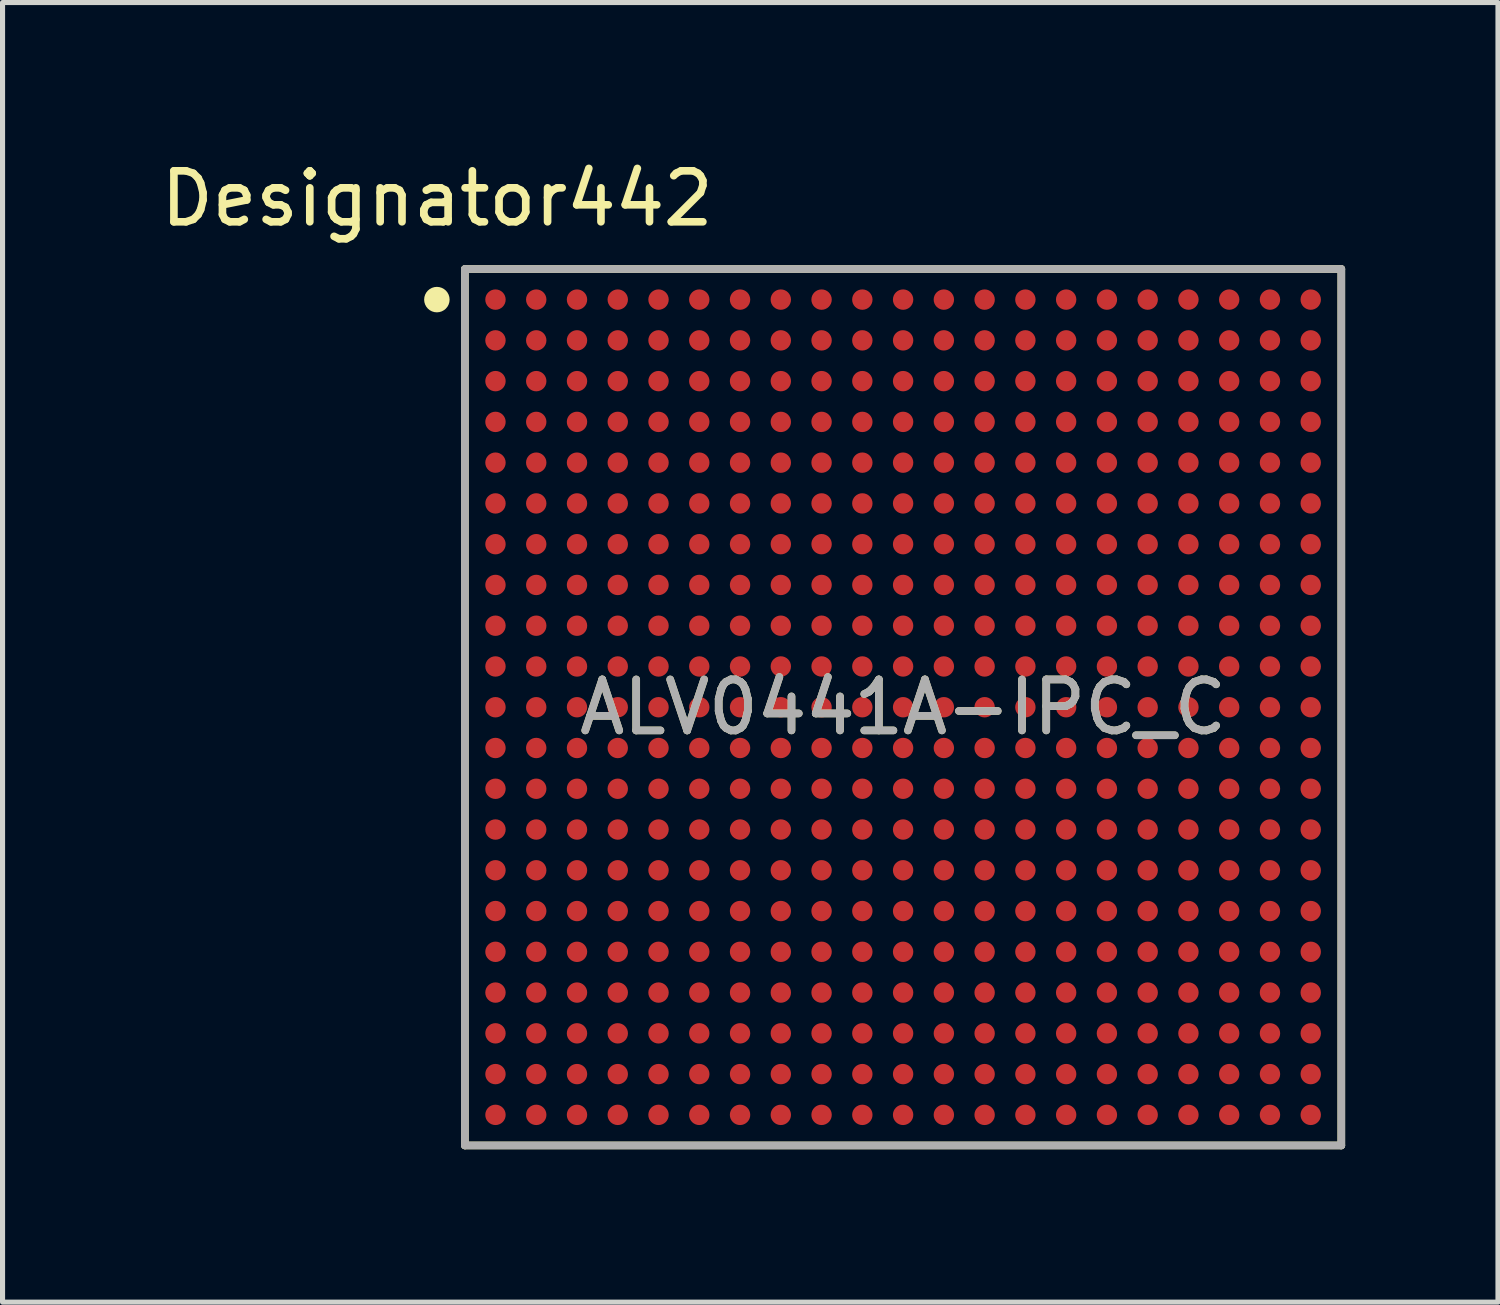
<source format=kicad_pcb>
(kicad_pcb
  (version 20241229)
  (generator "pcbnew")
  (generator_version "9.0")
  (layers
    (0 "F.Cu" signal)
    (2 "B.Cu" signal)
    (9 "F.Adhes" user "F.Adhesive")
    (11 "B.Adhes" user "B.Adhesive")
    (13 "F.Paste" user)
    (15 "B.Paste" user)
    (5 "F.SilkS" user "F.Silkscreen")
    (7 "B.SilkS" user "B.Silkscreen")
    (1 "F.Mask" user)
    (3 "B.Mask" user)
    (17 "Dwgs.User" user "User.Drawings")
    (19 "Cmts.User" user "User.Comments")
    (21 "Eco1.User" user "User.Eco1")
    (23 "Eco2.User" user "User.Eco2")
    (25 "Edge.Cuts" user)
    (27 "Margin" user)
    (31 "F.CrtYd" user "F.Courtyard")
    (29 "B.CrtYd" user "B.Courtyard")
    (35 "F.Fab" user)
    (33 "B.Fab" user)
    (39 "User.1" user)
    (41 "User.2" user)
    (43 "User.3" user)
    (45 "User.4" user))
  (footprint "ALV0441A-IPC_C"
    (layer "F.Cu")
    (at 14.674 10.83)
    (property "Reference" "ALV0441A-IPC_C" (at 0 0 0) (unlocked yes) (layer "F.SilkS") (effects (font (size 1 1) (thickness 0.15))))
    (attr smd)
    (fp_line (start -8.6 -8.6) (end 8.6 -8.6) (stroke (width 0.15) (type solid)) (layer "F.SilkS"))
    (fp_line (start -8.6 8.6) (end -8.6 -8.6) (stroke (width 0.15) (type solid)) (layer "F.SilkS"))
    (fp_line (start -8.6 8.6) (end 8.6 8.6) (stroke (width 0.15) (type solid)) (layer "F.SilkS"))
    (fp_line (start 8.6 8.6) (end 8.6 -8.6) (stroke (width 0.15) (type solid)) (layer "F.SilkS"))
    (fp_circle (center -9.15 -8) (end -9.025 -8) (stroke (width 0.25) (type solid)) (fill no) (layer "F.SilkS"))
    (fp_line (start -8.6 -8.6) (end 8.6 -8.6) (stroke (width 0.15) (type solid)) (layer "F.Fab"))
    (fp_line (start -8.6 8.6) (end -8.6 -8.6) (stroke (width 0.15) (type solid)) (layer "F.Fab"))
    (fp_line (start -8.6 8.6) (end 8.6 8.6) (stroke (width 0.15) (type solid)) (layer "F.Fab"))
    (fp_line (start 8.6 8.6) (end 8.6 -8.6) (stroke (width 0.15) (type solid)) (layer "F.Fab"))
    (fp_text user "Designator442" (at -9.144 -9.982 0) (unlocked yes) (layer "F.SilkS") (effects (font (size 1 1) (thickness 0.15))))
    (fp_text user "${REFERENCE}" (at 0 0 0) (unlocked yes) (layer "F.Fab") (effects (font (size 1 1) (thickness 0.15))))
    (pad "A1" smd circle (at -8 -8) (size 0.4 0.4) (layers "F.Cu" "F.Mask" "F.Paste"))
    (pad "A2" smd circle (at -7.2 -8) (size 0.4 0.4) (layers "F.Cu" "F.Mask" "F.Paste"))
    (pad "A3" smd circle (at -6.4 -8) (size 0.4 0.4) (layers "F.Cu" "F.Mask" "F.Paste"))
    (pad "A4" smd circle (at -5.6 -8) (size 0.4 0.4) (layers "F.Cu" "F.Mask" "F.Paste"))
    (pad "A5" smd circle (at -4.8 -8) (size 0.4 0.4) (layers "F.Cu" "F.Mask" "F.Paste"))
    (pad "A6" smd circle (at -4 -8) (size 0.4 0.4) (layers "F.Cu" "F.Mask" "F.Paste"))
    (pad "A7" smd circle (at -3.2 -8) (size 0.4 0.4) (layers "F.Cu" "F.Mask" "F.Paste"))
    (pad "A8" smd circle (at -2.4 -8) (size 0.4 0.4) (layers "F.Cu" "F.Mask" "F.Paste"))
    (pad "A9" smd circle (at -1.6 -8) (size 0.4 0.4) (layers "F.Cu" "F.Mask" "F.Paste"))
    (pad "A10" smd circle (at -0.8 -8) (size 0.4 0.4) (layers "F.Cu" "F.Mask" "F.Paste"))
    (pad "A11" smd circle (at 0 -8) (size 0.4 0.4) (layers "F.Cu" "F.Mask" "F.Paste"))
    (pad "A12" smd circle (at 0.8 -8) (size 0.4 0.4) (layers "F.Cu" "F.Mask" "F.Paste"))
    (pad "A13" smd circle (at 1.6 -8) (size 0.4 0.4) (layers "F.Cu" "F.Mask" "F.Paste"))
    (pad "A14" smd circle (at 2.4 -8) (size 0.4 0.4) (layers "F.Cu" "F.Mask" "F.Paste"))
    (pad "A15" smd circle (at 3.2 -8) (size 0.4 0.4) (layers "F.Cu" "F.Mask" "F.Paste"))
    (pad "A16" smd circle (at 4 -8) (size 0.4 0.4) (layers "F.Cu" "F.Mask" "F.Paste"))
    (pad "A17" smd circle (at 4.8 -8) (size 0.4 0.4) (layers "F.Cu" "F.Mask" "F.Paste"))
    (pad "A18" smd circle (at 5.6 -8) (size 0.4 0.4) (layers "F.Cu" "F.Mask" "F.Paste"))
    (pad "A19" smd circle (at 6.4 -8) (size 0.4 0.4) (layers "F.Cu" "F.Mask" "F.Paste"))
    (pad "A20" smd circle (at 7.2 -8) (size 0.4 0.4) (layers "F.Cu" "F.Mask" "F.Paste"))
    (pad "A21" smd circle (at 8 -8) (size 0.4 0.4) (layers "F.Cu" "F.Mask" "F.Paste"))
    (pad "AA1" smd circle (at -8 8) (size 0.4 0.4) (layers "F.Cu" "F.Mask" "F.Paste"))
    (pad "AA2" smd circle (at -7.2 8) (size 0.4 0.4) (layers "F.Cu" "F.Mask" "F.Paste"))
    (pad "AA3" smd circle (at -6.4 8) (size 0.4 0.4) (layers "F.Cu" "F.Mask" "F.Paste"))
    (pad "AA4" smd circle (at -5.6 8) (size 0.4 0.4) (layers "F.Cu" "F.Mask" "F.Paste"))
    (pad "AA5" smd circle (at -4.8 8) (size 0.4 0.4) (layers "F.Cu" "F.Mask" "F.Paste"))
    (pad "AA6" smd circle (at -4 8) (size 0.4 0.4) (layers "F.Cu" "F.Mask" "F.Paste"))
    (pad "AA7" smd circle (at -3.2 8) (size 0.4 0.4) (layers "F.Cu" "F.Mask" "F.Paste"))
    (pad "AA8" smd circle (at -2.4 8) (size 0.4 0.4) (layers "F.Cu" "F.Mask" "F.Paste"))
    (pad "AA9" smd circle (at -1.6 8) (size 0.4 0.4) (layers "F.Cu" "F.Mask" "F.Paste"))
    (pad "AA10" smd circle (at -0.8 8) (size 0.4 0.4) (layers "F.Cu" "F.Mask" "F.Paste"))
    (pad "AA11" smd circle (at 0 8) (size 0.4 0.4) (layers "F.Cu" "F.Mask" "F.Paste"))
    (pad "AA12" smd circle (at 0.8 8) (size 0.4 0.4) (layers "F.Cu" "F.Mask" "F.Paste"))
    (pad "AA13" smd circle (at 1.6 8) (size 0.4 0.4) (layers "F.Cu" "F.Mask" "F.Paste"))
    (pad "AA14" smd circle (at 2.4 8) (size 0.4 0.4) (layers "F.Cu" "F.Mask" "F.Paste"))
    (pad "AA15" smd circle (at 3.2 8) (size 0.4 0.4) (layers "F.Cu" "F.Mask" "F.Paste"))
    (pad "AA16" smd circle (at 4 8) (size 0.4 0.4) (layers "F.Cu" "F.Mask" "F.Paste"))
    (pad "AA17" smd circle (at 4.8 8) (size 0.4 0.4) (layers "F.Cu" "F.Mask" "F.Paste"))
    (pad "AA18" smd circle (at 5.6 8) (size 0.4 0.4) (layers "F.Cu" "F.Mask" "F.Paste"))
    (pad "AA19" smd circle (at 6.4 8) (size 0.4 0.4) (layers "F.Cu" "F.Mask" "F.Paste"))
    (pad "AA20" smd circle (at 7.2 8) (size 0.4 0.4) (layers "F.Cu" "F.Mask" "F.Paste"))
    (pad "AA21" smd circle (at 8 8) (size 0.4 0.4) (layers "F.Cu" "F.Mask" "F.Paste"))
    (pad "B1" smd circle (at -8 -7.2) (size 0.4 0.4) (layers "F.Cu" "F.Mask" "F.Paste"))
    (pad "B2" smd circle (at -7.2 -7.2) (size 0.4 0.4) (layers "F.Cu" "F.Mask" "F.Paste"))
    (pad "B3" smd circle (at -6.4 -7.2) (size 0.4 0.4) (layers "F.Cu" "F.Mask" "F.Paste"))
    (pad "B4" smd circle (at -5.6 -7.2) (size 0.4 0.4) (layers "F.Cu" "F.Mask" "F.Paste"))
    (pad "B5" smd circle (at -4.8 -7.2) (size 0.4 0.4) (layers "F.Cu" "F.Mask" "F.Paste"))
    (pad "B6" smd circle (at -4 -7.2) (size 0.4 0.4) (layers "F.Cu" "F.Mask" "F.Paste"))
    (pad "B7" smd circle (at -3.2 -7.2) (size 0.4 0.4) (layers "F.Cu" "F.Mask" "F.Paste"))
    (pad "B8" smd circle (at -2.4 -7.2) (size 0.4 0.4) (layers "F.Cu" "F.Mask" "F.Paste"))
    (pad "B9" smd circle (at -1.6 -7.2) (size 0.4 0.4) (layers "F.Cu" "F.Mask" "F.Paste"))
    (pad "B10" smd circle (at -0.8 -7.2) (size 0.4 0.4) (layers "F.Cu" "F.Mask" "F.Paste"))
    (pad "B11" smd circle (at 0 -7.2) (size 0.4 0.4) (layers "F.Cu" "F.Mask" "F.Paste"))
    (pad "B12" smd circle (at 0.8 -7.2) (size 0.4 0.4) (layers "F.Cu" "F.Mask" "F.Paste"))
    (pad "B13" smd circle (at 1.6 -7.2) (size 0.4 0.4) (layers "F.Cu" "F.Mask" "F.Paste"))
    (pad "B14" smd circle (at 2.4 -7.2) (size 0.4 0.4) (layers "F.Cu" "F.Mask" "F.Paste"))
    (pad "B15" smd circle (at 3.2 -7.2) (size 0.4 0.4) (layers "F.Cu" "F.Mask" "F.Paste"))
    (pad "B16" smd circle (at 4 -7.2) (size 0.4 0.4) (layers "F.Cu" "F.Mask" "F.Paste"))
    (pad "B17" smd circle (at 4.8 -7.2) (size 0.4 0.4) (layers "F.Cu" "F.Mask" "F.Paste"))
    (pad "B18" smd circle (at 5.6 -7.2) (size 0.4 0.4) (layers "F.Cu" "F.Mask" "F.Paste"))
    (pad "B19" smd circle (at 6.4 -7.2) (size 0.4 0.4) (layers "F.Cu" "F.Mask" "F.Paste"))
    (pad "B20" smd circle (at 7.2 -7.2) (size 0.4 0.4) (layers "F.Cu" "F.Mask" "F.Paste"))
    (pad "B21" smd circle (at 8 -7.2) (size 0.4 0.4) (layers "F.Cu" "F.Mask" "F.Paste"))
    (pad "C1" smd circle (at -8 -6.4) (size 0.4 0.4) (layers "F.Cu" "F.Mask" "F.Paste"))
    (pad "C2" smd circle (at -7.2 -6.4) (size 0.4 0.4) (layers "F.Cu" "F.Mask" "F.Paste"))
    (pad "C3" smd circle (at -6.4 -6.4) (size 0.4 0.4) (layers "F.Cu" "F.Mask" "F.Paste"))
    (pad "C4" smd circle (at -5.6 -6.4) (size 0.4 0.4) (layers "F.Cu" "F.Mask" "F.Paste"))
    (pad "C5" smd circle (at -4.8 -6.4) (size 0.4 0.4) (layers "F.Cu" "F.Mask" "F.Paste"))
    (pad "C6" smd circle (at -4 -6.4) (size 0.4 0.4) (layers "F.Cu" "F.Mask" "F.Paste"))
    (pad "C7" smd circle (at -3.2 -6.4) (size 0.4 0.4) (layers "F.Cu" "F.Mask" "F.Paste"))
    (pad "C8" smd circle (at -2.4 -6.4) (size 0.4 0.4) (layers "F.Cu" "F.Mask" "F.Paste"))
    (pad "C9" smd circle (at -1.6 -6.4) (size 0.4 0.4) (layers "F.Cu" "F.Mask" "F.Paste"))
    (pad "C10" smd circle (at -0.8 -6.4) (size 0.4 0.4) (layers "F.Cu" "F.Mask" "F.Paste"))
    (pad "C11" smd circle (at 0 -6.4) (size 0.4 0.4) (layers "F.Cu" "F.Mask" "F.Paste"))
    (pad "C12" smd circle (at 0.8 -6.4) (size 0.4 0.4) (layers "F.Cu" "F.Mask" "F.Paste"))
    (pad "C13" smd circle (at 1.6 -6.4) (size 0.4 0.4) (layers "F.Cu" "F.Mask" "F.Paste"))
    (pad "C14" smd circle (at 2.4 -6.4) (size 0.4 0.4) (layers "F.Cu" "F.Mask" "F.Paste"))
    (pad "C15" smd circle (at 3.2 -6.4) (size 0.4 0.4) (layers "F.Cu" "F.Mask" "F.Paste"))
    (pad "C16" smd circle (at 4 -6.4) (size 0.4 0.4) (layers "F.Cu" "F.Mask" "F.Paste"))
    (pad "C17" smd circle (at 4.8 -6.4) (size 0.4 0.4) (layers "F.Cu" "F.Mask" "F.Paste"))
    (pad "C18" smd circle (at 5.6 -6.4) (size 0.4 0.4) (layers "F.Cu" "F.Mask" "F.Paste"))
    (pad "C19" smd circle (at 6.4 -6.4) (size 0.4 0.4) (layers "F.Cu" "F.Mask" "F.Paste"))
    (pad "C20" smd circle (at 7.2 -6.4) (size 0.4 0.4) (layers "F.Cu" "F.Mask" "F.Paste"))
    (pad "C21" smd circle (at 8 -6.4) (size 0.4 0.4) (layers "F.Cu" "F.Mask" "F.Paste"))
    (pad "D1" smd circle (at -8 -5.6) (size 0.4 0.4) (layers "F.Cu" "F.Mask" "F.Paste"))
    (pad "D2" smd circle (at -7.2 -5.6) (size 0.4 0.4) (layers "F.Cu" "F.Mask" "F.Paste"))
    (pad "D3" smd circle (at -6.4 -5.6) (size 0.4 0.4) (layers "F.Cu" "F.Mask" "F.Paste"))
    (pad "D4" smd circle (at -5.6 -5.6) (size 0.4 0.4) (layers "F.Cu" "F.Mask" "F.Paste"))
    (pad "D5" smd circle (at -4.8 -5.6) (size 0.4 0.4) (layers "F.Cu" "F.Mask" "F.Paste"))
    (pad "D6" smd circle (at -4 -5.6) (size 0.4 0.4) (layers "F.Cu" "F.Mask" "F.Paste"))
    (pad "D7" smd circle (at -3.2 -5.6) (size 0.4 0.4) (layers "F.Cu" "F.Mask" "F.Paste"))
    (pad "D8" smd circle (at -2.4 -5.6) (size 0.4 0.4) (layers "F.Cu" "F.Mask" "F.Paste"))
    (pad "D9" smd circle (at -1.6 -5.6) (size 0.4 0.4) (layers "F.Cu" "F.Mask" "F.Paste"))
    (pad "D10" smd circle (at -0.8 -5.6) (size 0.4 0.4) (layers "F.Cu" "F.Mask" "F.Paste"))
    (pad "D11" smd circle (at 0 -5.6) (size 0.4 0.4) (layers "F.Cu" "F.Mask" "F.Paste"))
    (pad "D12" smd circle (at 0.8 -5.6) (size 0.4 0.4) (layers "F.Cu" "F.Mask" "F.Paste"))
    (pad "D13" smd circle (at 1.6 -5.6) (size 0.4 0.4) (layers "F.Cu" "F.Mask" "F.Paste"))
    (pad "D14" smd circle (at 2.4 -5.6) (size 0.4 0.4) (layers "F.Cu" "F.Mask" "F.Paste"))
    (pad "D15" smd circle (at 3.2 -5.6) (size 0.4 0.4) (layers "F.Cu" "F.Mask" "F.Paste"))
    (pad "D16" smd circle (at 4 -5.6) (size 0.4 0.4) (layers "F.Cu" "F.Mask" "F.Paste"))
    (pad "D17" smd circle (at 4.8 -5.6) (size 0.4 0.4) (layers "F.Cu" "F.Mask" "F.Paste"))
    (pad "D18" smd circle (at 5.6 -5.6) (size 0.4 0.4) (layers "F.Cu" "F.Mask" "F.Paste"))
    (pad "D19" smd circle (at 6.4 -5.6) (size 0.4 0.4) (layers "F.Cu" "F.Mask" "F.Paste"))
    (pad "D20" smd circle (at 7.2 -5.6) (size 0.4 0.4) (layers "F.Cu" "F.Mask" "F.Paste"))
    (pad "D21" smd circle (at 8 -5.6) (size 0.4 0.4) (layers "F.Cu" "F.Mask" "F.Paste"))
    (pad "E1" smd circle (at -8 -4.8) (size 0.4 0.4) (layers "F.Cu" "F.Mask" "F.Paste"))
    (pad "E2" smd circle (at -7.2 -4.8) (size 0.4 0.4) (layers "F.Cu" "F.Mask" "F.Paste"))
    (pad "E3" smd circle (at -6.4 -4.8) (size 0.4 0.4) (layers "F.Cu" "F.Mask" "F.Paste"))
    (pad "E4" smd circle (at -5.6 -4.8) (size 0.4 0.4) (layers "F.Cu" "F.Mask" "F.Paste"))
    (pad "E5" smd circle (at -4.8 -4.8) (size 0.4 0.4) (layers "F.Cu" "F.Mask" "F.Paste"))
    (pad "E6" smd circle (at -4 -4.8) (size 0.4 0.4) (layers "F.Cu" "F.Mask" "F.Paste"))
    (pad "E7" smd circle (at -3.2 -4.8) (size 0.4 0.4) (layers "F.Cu" "F.Mask" "F.Paste"))
    (pad "E8" smd circle (at -2.4 -4.8) (size 0.4 0.4) (layers "F.Cu" "F.Mask" "F.Paste"))
    (pad "E9" smd circle (at -1.6 -4.8) (size 0.4 0.4) (layers "F.Cu" "F.Mask" "F.Paste"))
    (pad "E10" smd circle (at -0.8 -4.8) (size 0.4 0.4) (layers "F.Cu" "F.Mask" "F.Paste"))
    (pad "E11" smd circle (at 0 -4.8) (size 0.4 0.4) (layers "F.Cu" "F.Mask" "F.Paste"))
    (pad "E12" smd circle (at 0.8 -4.8) (size 0.4 0.4) (layers "F.Cu" "F.Mask" "F.Paste"))
    (pad "E13" smd circle (at 1.6 -4.8) (size 0.4 0.4) (layers "F.Cu" "F.Mask" "F.Paste"))
    (pad "E14" smd circle (at 2.4 -4.8) (size 0.4 0.4) (layers "F.Cu" "F.Mask" "F.Paste"))
    (pad "E15" smd circle (at 3.2 -4.8) (size 0.4 0.4) (layers "F.Cu" "F.Mask" "F.Paste"))
    (pad "E16" smd circle (at 4 -4.8) (size 0.4 0.4) (layers "F.Cu" "F.Mask" "F.Paste"))
    (pad "E17" smd circle (at 4.8 -4.8) (size 0.4 0.4) (layers "F.Cu" "F.Mask" "F.Paste"))
    (pad "E18" smd circle (at 5.6 -4.8) (size 0.4 0.4) (layers "F.Cu" "F.Mask" "F.Paste"))
    (pad "E19" smd circle (at 6.4 -4.8) (size 0.4 0.4) (layers "F.Cu" "F.Mask" "F.Paste"))
    (pad "E20" smd circle (at 7.2 -4.8) (size 0.4 0.4) (layers "F.Cu" "F.Mask" "F.Paste"))
    (pad "E21" smd circle (at 8 -4.8) (size 0.4 0.4) (layers "F.Cu" "F.Mask" "F.Paste"))
    (pad "F1" smd circle (at -8 -4) (size 0.4 0.4) (layers "F.Cu" "F.Mask" "F.Paste"))
    (pad "F2" smd circle (at -7.2 -4) (size 0.4 0.4) (layers "F.Cu" "F.Mask" "F.Paste"))
    (pad "F3" smd circle (at -6.4 -4) (size 0.4 0.4) (layers "F.Cu" "F.Mask" "F.Paste"))
    (pad "F4" smd circle (at -5.6 -4) (size 0.4 0.4) (layers "F.Cu" "F.Mask" "F.Paste"))
    (pad "F5" smd circle (at -4.8 -4) (size 0.4 0.4) (layers "F.Cu" "F.Mask" "F.Paste"))
    (pad "F6" smd circle (at -4 -4) (size 0.4 0.4) (layers "F.Cu" "F.Mask" "F.Paste"))
    (pad "F7" smd circle (at -3.2 -4) (size 0.4 0.4) (layers "F.Cu" "F.Mask" "F.Paste"))
    (pad "F8" smd circle (at -2.4 -4) (size 0.4 0.4) (layers "F.Cu" "F.Mask" "F.Paste"))
    (pad "F9" smd circle (at -1.6 -4) (size 0.4 0.4) (layers "F.Cu" "F.Mask" "F.Paste"))
    (pad "F10" smd circle (at -0.8 -4) (size 0.4 0.4) (layers "F.Cu" "F.Mask" "F.Paste"))
    (pad "F11" smd circle (at 0 -4) (size 0.4 0.4) (layers "F.Cu" "F.Mask" "F.Paste"))
    (pad "F12" smd circle (at 0.8 -4) (size 0.4 0.4) (layers "F.Cu" "F.Mask" "F.Paste"))
    (pad "F13" smd circle (at 1.6 -4) (size 0.4 0.4) (layers "F.Cu" "F.Mask" "F.Paste"))
    (pad "F14" smd circle (at 2.4 -4) (size 0.4 0.4) (layers "F.Cu" "F.Mask" "F.Paste"))
    (pad "F15" smd circle (at 3.2 -4) (size 0.4 0.4) (layers "F.Cu" "F.Mask" "F.Paste"))
    (pad "F16" smd circle (at 4 -4) (size 0.4 0.4) (layers "F.Cu" "F.Mask" "F.Paste"))
    (pad "F17" smd circle (at 4.8 -4) (size 0.4 0.4) (layers "F.Cu" "F.Mask" "F.Paste"))
    (pad "F18" smd circle (at 5.6 -4) (size 0.4 0.4) (layers "F.Cu" "F.Mask" "F.Paste"))
    (pad "F19" smd circle (at 6.4 -4) (size 0.4 0.4) (layers "F.Cu" "F.Mask" "F.Paste"))
    (pad "F20" smd circle (at 7.2 -4) (size 0.4 0.4) (layers "F.Cu" "F.Mask" "F.Paste"))
    (pad "F21" smd circle (at 8 -4) (size 0.4 0.4) (layers "F.Cu" "F.Mask" "F.Paste"))
    (pad "G1" smd circle (at -8 -3.2) (size 0.4 0.4) (layers "F.Cu" "F.Mask" "F.Paste"))
    (pad "G2" smd circle (at -7.2 -3.2) (size 0.4 0.4) (layers "F.Cu" "F.Mask" "F.Paste"))
    (pad "G3" smd circle (at -6.4 -3.2) (size 0.4 0.4) (layers "F.Cu" "F.Mask" "F.Paste"))
    (pad "G4" smd circle (at -5.6 -3.2) (size 0.4 0.4) (layers "F.Cu" "F.Mask" "F.Paste"))
    (pad "G5" smd circle (at -4.8 -3.2) (size 0.4 0.4) (layers "F.Cu" "F.Mask" "F.Paste"))
    (pad "G6" smd circle (at -4 -3.2) (size 0.4 0.4) (layers "F.Cu" "F.Mask" "F.Paste"))
    (pad "G7" smd circle (at -3.2 -3.2) (size 0.4 0.4) (layers "F.Cu" "F.Mask" "F.Paste"))
    (pad "G8" smd circle (at -2.4 -3.2) (size 0.4 0.4) (layers "F.Cu" "F.Mask" "F.Paste"))
    (pad "G9" smd circle (at -1.6 -3.2) (size 0.4 0.4) (layers "F.Cu" "F.Mask" "F.Paste"))
    (pad "G10" smd circle (at -0.8 -3.2) (size 0.4 0.4) (layers "F.Cu" "F.Mask" "F.Paste"))
    (pad "G11" smd circle (at 0 -3.2) (size 0.4 0.4) (layers "F.Cu" "F.Mask" "F.Paste"))
    (pad "G12" smd circle (at 0.8 -3.2) (size 0.4 0.4) (layers "F.Cu" "F.Mask" "F.Paste"))
    (pad "G13" smd circle (at 1.6 -3.2) (size 0.4 0.4) (layers "F.Cu" "F.Mask" "F.Paste"))
    (pad "G14" smd circle (at 2.4 -3.2) (size 0.4 0.4) (layers "F.Cu" "F.Mask" "F.Paste"))
    (pad "G15" smd circle (at 3.2 -3.2) (size 0.4 0.4) (layers "F.Cu" "F.Mask" "F.Paste"))
    (pad "G16" smd circle (at 4 -3.2) (size 0.4 0.4) (layers "F.Cu" "F.Mask" "F.Paste"))
    (pad "G17" smd circle (at 4.8 -3.2) (size 0.4 0.4) (layers "F.Cu" "F.Mask" "F.Paste"))
    (pad "G18" smd circle (at 5.6 -3.2) (size 0.4 0.4) (layers "F.Cu" "F.Mask" "F.Paste"))
    (pad "G19" smd circle (at 6.4 -3.2) (size 0.4 0.4) (layers "F.Cu" "F.Mask" "F.Paste"))
    (pad "G20" smd circle (at 7.2 -3.2) (size 0.4 0.4) (layers "F.Cu" "F.Mask" "F.Paste"))
    (pad "G21" smd circle (at 8 -3.2) (size 0.4 0.4) (layers "F.Cu" "F.Mask" "F.Paste"))
    (pad "H1" smd circle (at -8 -2.4) (size 0.4 0.4) (layers "F.Cu" "F.Mask" "F.Paste"))
    (pad "H2" smd circle (at -7.2 -2.4) (size 0.4 0.4) (layers "F.Cu" "F.Mask" "F.Paste"))
    (pad "H3" smd circle (at -6.4 -2.4) (size 0.4 0.4) (layers "F.Cu" "F.Mask" "F.Paste"))
    (pad "H4" smd circle (at -5.6 -2.4) (size 0.4 0.4) (layers "F.Cu" "F.Mask" "F.Paste"))
    (pad "H5" smd circle (at -4.8 -2.4) (size 0.4 0.4) (layers "F.Cu" "F.Mask" "F.Paste"))
    (pad "H6" smd circle (at -4 -2.4) (size 0.4 0.4) (layers "F.Cu" "F.Mask" "F.Paste"))
    (pad "H7" smd circle (at -3.2 -2.4) (size 0.4 0.4) (layers "F.Cu" "F.Mask" "F.Paste"))
    (pad "H8" smd circle (at -2.4 -2.4) (size 0.4 0.4) (layers "F.Cu" "F.Mask" "F.Paste"))
    (pad "H9" smd circle (at -1.6 -2.4) (size 0.4 0.4) (layers "F.Cu" "F.Mask" "F.Paste"))
    (pad "H10" smd circle (at -0.8 -2.4) (size 0.4 0.4) (layers "F.Cu" "F.Mask" "F.Paste"))
    (pad "H11" smd circle (at 0 -2.4) (size 0.4 0.4) (layers "F.Cu" "F.Mask" "F.Paste"))
    (pad "H12" smd circle (at 0.8 -2.4) (size 0.4 0.4) (layers "F.Cu" "F.Mask" "F.Paste"))
    (pad "H13" smd circle (at 1.6 -2.4) (size 0.4 0.4) (layers "F.Cu" "F.Mask" "F.Paste"))
    (pad "H14" smd circle (at 2.4 -2.4) (size 0.4 0.4) (layers "F.Cu" "F.Mask" "F.Paste"))
    (pad "H15" smd circle (at 3.2 -2.4) (size 0.4 0.4) (layers "F.Cu" "F.Mask" "F.Paste"))
    (pad "H16" smd circle (at 4 -2.4) (size 0.4 0.4) (layers "F.Cu" "F.Mask" "F.Paste"))
    (pad "H17" smd circle (at 4.8 -2.4) (size 0.4 0.4) (layers "F.Cu" "F.Mask" "F.Paste"))
    (pad "H18" smd circle (at 5.6 -2.4) (size 0.4 0.4) (layers "F.Cu" "F.Mask" "F.Paste"))
    (pad "H19" smd circle (at 6.4 -2.4) (size 0.4 0.4) (layers "F.Cu" "F.Mask" "F.Paste"))
    (pad "H20" smd circle (at 7.2 -2.4) (size 0.4 0.4) (layers "F.Cu" "F.Mask" "F.Paste"))
    (pad "H21" smd circle (at 8 -2.4) (size 0.4 0.4) (layers "F.Cu" "F.Mask" "F.Paste"))
    (pad "J1" smd circle (at -8 -1.6) (size 0.4 0.4) (layers "F.Cu" "F.Mask" "F.Paste"))
    (pad "J2" smd circle (at -7.2 -1.6) (size 0.4 0.4) (layers "F.Cu" "F.Mask" "F.Paste"))
    (pad "J3" smd circle (at -6.4 -1.6) (size 0.4 0.4) (layers "F.Cu" "F.Mask" "F.Paste"))
    (pad "J4" smd circle (at -5.6 -1.6) (size 0.4 0.4) (layers "F.Cu" "F.Mask" "F.Paste"))
    (pad "J5" smd circle (at -4.8 -1.6) (size 0.4 0.4) (layers "F.Cu" "F.Mask" "F.Paste"))
    (pad "J6" smd circle (at -4 -1.6) (size 0.4 0.4) (layers "F.Cu" "F.Mask" "F.Paste"))
    (pad "J7" smd circle (at -3.2 -1.6) (size 0.4 0.4) (layers "F.Cu" "F.Mask" "F.Paste"))
    (pad "J8" smd circle (at -2.4 -1.6) (size 0.4 0.4) (layers "F.Cu" "F.Mask" "F.Paste"))
    (pad "J9" smd circle (at -1.6 -1.6) (size 0.4 0.4) (layers "F.Cu" "F.Mask" "F.Paste"))
    (pad "J10" smd circle (at -0.8 -1.6) (size 0.4 0.4) (layers "F.Cu" "F.Mask" "F.Paste"))
    (pad "J11" smd circle (at 0 -1.6) (size 0.4 0.4) (layers "F.Cu" "F.Mask" "F.Paste"))
    (pad "J12" smd circle (at 0.8 -1.6) (size 0.4 0.4) (layers "F.Cu" "F.Mask" "F.Paste"))
    (pad "J13" smd circle (at 1.6 -1.6) (size 0.4 0.4) (layers "F.Cu" "F.Mask" "F.Paste"))
    (pad "J14" smd circle (at 2.4 -1.6) (size 0.4 0.4) (layers "F.Cu" "F.Mask" "F.Paste"))
    (pad "J15" smd circle (at 3.2 -1.6) (size 0.4 0.4) (layers "F.Cu" "F.Mask" "F.Paste"))
    (pad "J16" smd circle (at 4 -1.6) (size 0.4 0.4) (layers "F.Cu" "F.Mask" "F.Paste"))
    (pad "J17" smd circle (at 4.8 -1.6) (size 0.4 0.4) (layers "F.Cu" "F.Mask" "F.Paste"))
    (pad "J18" smd circle (at 5.6 -1.6) (size 0.4 0.4) (layers "F.Cu" "F.Mask" "F.Paste"))
    (pad "J19" smd circle (at 6.4 -1.6) (size 0.4 0.4) (layers "F.Cu" "F.Mask" "F.Paste"))
    (pad "J20" smd circle (at 7.2 -1.6) (size 0.4 0.4) (layers "F.Cu" "F.Mask" "F.Paste"))
    (pad "J21" smd circle (at 8 -1.6) (size 0.4 0.4) (layers "F.Cu" "F.Mask" "F.Paste"))
    (pad "K1" smd circle (at -8 -0.8) (size 0.4 0.4) (layers "F.Cu" "F.Mask" "F.Paste"))
    (pad "K2" smd circle (at -7.2 -0.8) (size 0.4 0.4) (layers "F.Cu" "F.Mask" "F.Paste"))
    (pad "K3" smd circle (at -6.4 -0.8) (size 0.4 0.4) (layers "F.Cu" "F.Mask" "F.Paste"))
    (pad "K4" smd circle (at -5.6 -0.8) (size 0.4 0.4) (layers "F.Cu" "F.Mask" "F.Paste"))
    (pad "K5" smd circle (at -4.8 -0.8) (size 0.4 0.4) (layers "F.Cu" "F.Mask" "F.Paste"))
    (pad "K6" smd circle (at -4 -0.8) (size 0.4 0.4) (layers "F.Cu" "F.Mask" "F.Paste"))
    (pad "K7" smd circle (at -3.2 -0.8) (size 0.4 0.4) (layers "F.Cu" "F.Mask" "F.Paste"))
    (pad "K8" smd circle (at -2.4 -0.8) (size 0.4 0.4) (layers "F.Cu" "F.Mask" "F.Paste"))
    (pad "K9" smd circle (at -1.6 -0.8) (size 0.4 0.4) (layers "F.Cu" "F.Mask" "F.Paste"))
    (pad "K10" smd circle (at -0.8 -0.8) (size 0.4 0.4) (layers "F.Cu" "F.Mask" "F.Paste"))
    (pad "K11" smd circle (at 0 -0.8) (size 0.4 0.4) (layers "F.Cu" "F.Mask" "F.Paste"))
    (pad "K12" smd circle (at 0.8 -0.8) (size 0.4 0.4) (layers "F.Cu" "F.Mask" "F.Paste"))
    (pad "K13" smd circle (at 1.6 -0.8) (size 0.4 0.4) (layers "F.Cu" "F.Mask" "F.Paste"))
    (pad "K14" smd circle (at 2.4 -0.8) (size 0.4 0.4) (layers "F.Cu" "F.Mask" "F.Paste"))
    (pad "K15" smd circle (at 3.2 -0.8) (size 0.4 0.4) (layers "F.Cu" "F.Mask" "F.Paste"))
    (pad "K16" smd circle (at 4 -0.8) (size 0.4 0.4) (layers "F.Cu" "F.Mask" "F.Paste"))
    (pad "K17" smd circle (at 4.8 -0.8) (size 0.4 0.4) (layers "F.Cu" "F.Mask" "F.Paste"))
    (pad "K18" smd circle (at 5.6 -0.8) (size 0.4 0.4) (layers "F.Cu" "F.Mask" "F.Paste"))
    (pad "K19" smd circle (at 6.4 -0.8) (size 0.4 0.4) (layers "F.Cu" "F.Mask" "F.Paste"))
    (pad "K20" smd circle (at 7.2 -0.8) (size 0.4 0.4) (layers "F.Cu" "F.Mask" "F.Paste"))
    (pad "K21" smd circle (at 8 -0.8) (size 0.4 0.4) (layers "F.Cu" "F.Mask" "F.Paste"))
    (pad "L1" smd circle (at -8 0) (size 0.4 0.4) (layers "F.Cu" "F.Mask" "F.Paste"))
    (pad "L2" smd circle (at -7.2 0) (size 0.4 0.4) (layers "F.Cu" "F.Mask" "F.Paste"))
    (pad "L3" smd circle (at -6.4 0) (size 0.4 0.4) (layers "F.Cu" "F.Mask" "F.Paste"))
    (pad "L4" smd circle (at -5.6 0) (size 0.4 0.4) (layers "F.Cu" "F.Mask" "F.Paste"))
    (pad "L5" smd circle (at -4.8 0) (size 0.4 0.4) (layers "F.Cu" "F.Mask" "F.Paste"))
    (pad "L6" smd circle (at -4 0) (size 0.4 0.4) (layers "F.Cu" "F.Mask" "F.Paste"))
    (pad "L7" smd circle (at -3.2 0) (size 0.4 0.4) (layers "F.Cu" "F.Mask" "F.Paste"))
    (pad "L8" smd circle (at -2.4 0) (size 0.4 0.4) (layers "F.Cu" "F.Mask" "F.Paste"))
    (pad "L9" smd circle (at -1.6 0) (size 0.4 0.4) (layers "F.Cu" "F.Mask" "F.Paste"))
    (pad "L10" smd circle (at -0.8 0) (size 0.4 0.4) (layers "F.Cu" "F.Mask" "F.Paste"))
    (pad "L11" smd circle (at 0 0) (size 0.4 0.4) (layers "F.Cu" "F.Mask" "F.Paste"))
    (pad "L12" smd circle (at 0.8 0) (size 0.4 0.4) (layers "F.Cu" "F.Mask" "F.Paste"))
    (pad "L13" smd circle (at 1.6 0) (size 0.4 0.4) (layers "F.Cu" "F.Mask" "F.Paste"))
    (pad "L14" smd circle (at 2.4 0) (size 0.4 0.4) (layers "F.Cu" "F.Mask" "F.Paste"))
    (pad "L15" smd circle (at 3.2 0) (size 0.4 0.4) (layers "F.Cu" "F.Mask" "F.Paste"))
    (pad "L16" smd circle (at 4 0) (size 0.4 0.4) (layers "F.Cu" "F.Mask" "F.Paste"))
    (pad "L17" smd circle (at 4.8 0) (size 0.4 0.4) (layers "F.Cu" "F.Mask" "F.Paste"))
    (pad "L18" smd circle (at 5.6 0) (size 0.4 0.4) (layers "F.Cu" "F.Mask" "F.Paste"))
    (pad "L19" smd circle (at 6.4 0) (size 0.4 0.4) (layers "F.Cu" "F.Mask" "F.Paste"))
    (pad "L20" smd circle (at 7.2 0) (size 0.4 0.4) (layers "F.Cu" "F.Mask" "F.Paste"))
    (pad "L21" smd circle (at 8 0) (size 0.4 0.4) (layers "F.Cu" "F.Mask" "F.Paste"))
    (pad "M1" smd circle (at -8 0.8) (size 0.4 0.4) (layers "F.Cu" "F.Mask" "F.Paste"))
    (pad "M2" smd circle (at -7.2 0.8) (size 0.4 0.4) (layers "F.Cu" "F.Mask" "F.Paste"))
    (pad "M3" smd circle (at -6.4 0.8) (size 0.4 0.4) (layers "F.Cu" "F.Mask" "F.Paste"))
    (pad "M4" smd circle (at -5.6 0.8) (size 0.4 0.4) (layers "F.Cu" "F.Mask" "F.Paste"))
    (pad "M5" smd circle (at -4.8 0.8) (size 0.4 0.4) (layers "F.Cu" "F.Mask" "F.Paste"))
    (pad "M6" smd circle (at -4 0.8) (size 0.4 0.4) (layers "F.Cu" "F.Mask" "F.Paste"))
    (pad "M7" smd circle (at -3.2 0.8) (size 0.4 0.4) (layers "F.Cu" "F.Mask" "F.Paste"))
    (pad "M8" smd circle (at -2.4 0.8) (size 0.4 0.4) (layers "F.Cu" "F.Mask" "F.Paste"))
    (pad "M9" smd circle (at -1.6 0.8) (size 0.4 0.4) (layers "F.Cu" "F.Mask" "F.Paste"))
    (pad "M10" smd circle (at -0.8 0.8) (size 0.4 0.4) (layers "F.Cu" "F.Mask" "F.Paste"))
    (pad "M11" smd circle (at 0 0.8) (size 0.4 0.4) (layers "F.Cu" "F.Mask" "F.Paste"))
    (pad "M12" smd circle (at 0.8 0.8) (size 0.4 0.4) (layers "F.Cu" "F.Mask" "F.Paste"))
    (pad "M13" smd circle (at 1.6 0.8) (size 0.4 0.4) (layers "F.Cu" "F.Mask" "F.Paste"))
    (pad "M14" smd circle (at 2.4 0.8) (size 0.4 0.4) (layers "F.Cu" "F.Mask" "F.Paste"))
    (pad "M15" smd circle (at 3.2 0.8) (size 0.4 0.4) (layers "F.Cu" "F.Mask" "F.Paste"))
    (pad "M16" smd circle (at 4 0.8) (size 0.4 0.4) (layers "F.Cu" "F.Mask" "F.Paste"))
    (pad "M17" smd circle (at 4.8 0.8) (size 0.4 0.4) (layers "F.Cu" "F.Mask" "F.Paste"))
    (pad "M18" smd circle (at 5.6 0.8) (size 0.4 0.4) (layers "F.Cu" "F.Mask" "F.Paste"))
    (pad "M19" smd circle (at 6.4 0.8) (size 0.4 0.4) (layers "F.Cu" "F.Mask" "F.Paste"))
    (pad "M20" smd circle (at 7.2 0.8) (size 0.4 0.4) (layers "F.Cu" "F.Mask" "F.Paste"))
    (pad "M21" smd circle (at 8 0.8) (size 0.4 0.4) (layers "F.Cu" "F.Mask" "F.Paste"))
    (pad "N1" smd circle (at -8 1.6) (size 0.4 0.4) (layers "F.Cu" "F.Mask" "F.Paste"))
    (pad "N2" smd circle (at -7.2 1.6) (size 0.4 0.4) (layers "F.Cu" "F.Mask" "F.Paste"))
    (pad "N3" smd circle (at -6.4 1.6) (size 0.4 0.4) (layers "F.Cu" "F.Mask" "F.Paste"))
    (pad "N4" smd circle (at -5.6 1.6) (size 0.4 0.4) (layers "F.Cu" "F.Mask" "F.Paste"))
    (pad "N5" smd circle (at -4.8 1.6) (size 0.4 0.4) (layers "F.Cu" "F.Mask" "F.Paste"))
    (pad "N6" smd circle (at -4 1.6) (size 0.4 0.4) (layers "F.Cu" "F.Mask" "F.Paste"))
    (pad "N7" smd circle (at -3.2 1.6) (size 0.4 0.4) (layers "F.Cu" "F.Mask" "F.Paste"))
    (pad "N8" smd circle (at -2.4 1.6) (size 0.4 0.4) (layers "F.Cu" "F.Mask" "F.Paste"))
    (pad "N9" smd circle (at -1.6 1.6) (size 0.4 0.4) (layers "F.Cu" "F.Mask" "F.Paste"))
    (pad "N10" smd circle (at -0.8 1.6) (size 0.4 0.4) (layers "F.Cu" "F.Mask" "F.Paste"))
    (pad "N11" smd circle (at 0 1.6) (size 0.4 0.4) (layers "F.Cu" "F.Mask" "F.Paste"))
    (pad "N12" smd circle (at 0.8 1.6) (size 0.4 0.4) (layers "F.Cu" "F.Mask" "F.Paste"))
    (pad "N13" smd circle (at 1.6 1.6) (size 0.4 0.4) (layers "F.Cu" "F.Mask" "F.Paste"))
    (pad "N14" smd circle (at 2.4 1.6) (size 0.4 0.4) (layers "F.Cu" "F.Mask" "F.Paste"))
    (pad "N15" smd circle (at 3.2 1.6) (size 0.4 0.4) (layers "F.Cu" "F.Mask" "F.Paste"))
    (pad "N16" smd circle (at 4 1.6) (size 0.4 0.4) (layers "F.Cu" "F.Mask" "F.Paste"))
    (pad "N17" smd circle (at 4.8 1.6) (size 0.4 0.4) (layers "F.Cu" "F.Mask" "F.Paste"))
    (pad "N18" smd circle (at 5.6 1.6) (size 0.4 0.4) (layers "F.Cu" "F.Mask" "F.Paste"))
    (pad "N19" smd circle (at 6.4 1.6) (size 0.4 0.4) (layers "F.Cu" "F.Mask" "F.Paste"))
    (pad "N20" smd circle (at 7.2 1.6) (size 0.4 0.4) (layers "F.Cu" "F.Mask" "F.Paste"))
    (pad "N21" smd circle (at 8 1.6) (size 0.4 0.4) (layers "F.Cu" "F.Mask" "F.Paste"))
    (pad "P1" smd circle (at -8 2.4) (size 0.4 0.4) (layers "F.Cu" "F.Mask" "F.Paste"))
    (pad "P2" smd circle (at -7.2 2.4) (size 0.4 0.4) (layers "F.Cu" "F.Mask" "F.Paste"))
    (pad "P3" smd circle (at -6.4 2.4) (size 0.4 0.4) (layers "F.Cu" "F.Mask" "F.Paste"))
    (pad "P4" smd circle (at -5.6 2.4) (size 0.4 0.4) (layers "F.Cu" "F.Mask" "F.Paste"))
    (pad "P5" smd circle (at -4.8 2.4) (size 0.4 0.4) (layers "F.Cu" "F.Mask" "F.Paste"))
    (pad "P6" smd circle (at -4 2.4) (size 0.4 0.4) (layers "F.Cu" "F.Mask" "F.Paste"))
    (pad "P7" smd circle (at -3.2 2.4) (size 0.4 0.4) (layers "F.Cu" "F.Mask" "F.Paste"))
    (pad "P8" smd circle (at -2.4 2.4) (size 0.4 0.4) (layers "F.Cu" "F.Mask" "F.Paste"))
    (pad "P9" smd circle (at -1.6 2.4) (size 0.4 0.4) (layers "F.Cu" "F.Mask" "F.Paste"))
    (pad "P10" smd circle (at -0.8 2.4) (size 0.4 0.4) (layers "F.Cu" "F.Mask" "F.Paste"))
    (pad "P11" smd circle (at 0 2.4) (size 0.4 0.4) (layers "F.Cu" "F.Mask" "F.Paste"))
    (pad "P12" smd circle (at 0.8 2.4) (size 0.4 0.4) (layers "F.Cu" "F.Mask" "F.Paste"))
    (pad "P13" smd circle (at 1.6 2.4) (size 0.4 0.4) (layers "F.Cu" "F.Mask" "F.Paste"))
    (pad "P14" smd circle (at 2.4 2.4) (size 0.4 0.4) (layers "F.Cu" "F.Mask" "F.Paste"))
    (pad "P15" smd circle (at 3.2 2.4) (size 0.4 0.4) (layers "F.Cu" "F.Mask" "F.Paste"))
    (pad "P16" smd circle (at 4 2.4) (size 0.4 0.4) (layers "F.Cu" "F.Mask" "F.Paste"))
    (pad "P17" smd circle (at 4.8 2.4) (size 0.4 0.4) (layers "F.Cu" "F.Mask" "F.Paste"))
    (pad "P18" smd circle (at 5.6 2.4) (size 0.4 0.4) (layers "F.Cu" "F.Mask" "F.Paste"))
    (pad "P19" smd circle (at 6.4 2.4) (size 0.4 0.4) (layers "F.Cu" "F.Mask" "F.Paste"))
    (pad "P20" smd circle (at 7.2 2.4) (size 0.4 0.4) (layers "F.Cu" "F.Mask" "F.Paste"))
    (pad "P21" smd circle (at 8 2.4) (size 0.4 0.4) (layers "F.Cu" "F.Mask" "F.Paste"))
    (pad "R1" smd circle (at -8 3.2) (size 0.4 0.4) (layers "F.Cu" "F.Mask" "F.Paste"))
    (pad "R2" smd circle (at -7.2 3.2) (size 0.4 0.4) (layers "F.Cu" "F.Mask" "F.Paste"))
    (pad "R3" smd circle (at -6.4 3.2) (size 0.4 0.4) (layers "F.Cu" "F.Mask" "F.Paste"))
    (pad "R4" smd circle (at -5.6 3.2) (size 0.4 0.4) (layers "F.Cu" "F.Mask" "F.Paste"))
    (pad "R5" smd circle (at -4.8 3.2) (size 0.4 0.4) (layers "F.Cu" "F.Mask" "F.Paste"))
    (pad "R6" smd circle (at -4 3.2) (size 0.4 0.4) (layers "F.Cu" "F.Mask" "F.Paste"))
    (pad "R7" smd circle (at -3.2 3.2) (size 0.4 0.4) (layers "F.Cu" "F.Mask" "F.Paste"))
    (pad "R8" smd circle (at -2.4 3.2) (size 0.4 0.4) (layers "F.Cu" "F.Mask" "F.Paste"))
    (pad "R9" smd circle (at -1.6 3.2) (size 0.4 0.4) (layers "F.Cu" "F.Mask" "F.Paste"))
    (pad "R10" smd circle (at -0.8 3.2) (size 0.4 0.4) (layers "F.Cu" "F.Mask" "F.Paste"))
    (pad "R11" smd circle (at 0 3.2) (size 0.4 0.4) (layers "F.Cu" "F.Mask" "F.Paste"))
    (pad "R12" smd circle (at 0.8 3.2) (size 0.4 0.4) (layers "F.Cu" "F.Mask" "F.Paste"))
    (pad "R13" smd circle (at 1.6 3.2) (size 0.4 0.4) (layers "F.Cu" "F.Mask" "F.Paste"))
    (pad "R14" smd circle (at 2.4 3.2) (size 0.4 0.4) (layers "F.Cu" "F.Mask" "F.Paste"))
    (pad "R15" smd circle (at 3.2 3.2) (size 0.4 0.4) (layers "F.Cu" "F.Mask" "F.Paste"))
    (pad "R16" smd circle (at 4 3.2) (size 0.4 0.4) (layers "F.Cu" "F.Mask" "F.Paste"))
    (pad "R17" smd circle (at 4.8 3.2) (size 0.4 0.4) (layers "F.Cu" "F.Mask" "F.Paste"))
    (pad "R18" smd circle (at 5.6 3.2) (size 0.4 0.4) (layers "F.Cu" "F.Mask" "F.Paste"))
    (pad "R19" smd circle (at 6.4 3.2) (size 0.4 0.4) (layers "F.Cu" "F.Mask" "F.Paste"))
    (pad "R20" smd circle (at 7.2 3.2) (size 0.4 0.4) (layers "F.Cu" "F.Mask" "F.Paste"))
    (pad "R21" smd circle (at 8 3.2) (size 0.4 0.4) (layers "F.Cu" "F.Mask" "F.Paste"))
    (pad "T1" smd circle (at -8 4) (size 0.4 0.4) (layers "F.Cu" "F.Mask" "F.Paste"))
    (pad "T2" smd circle (at -7.2 4) (size 0.4 0.4) (layers "F.Cu" "F.Mask" "F.Paste"))
    (pad "T3" smd circle (at -6.4 4) (size 0.4 0.4) (layers "F.Cu" "F.Mask" "F.Paste"))
    (pad "T4" smd circle (at -5.6 4) (size 0.4 0.4) (layers "F.Cu" "F.Mask" "F.Paste"))
    (pad "T5" smd circle (at -4.8 4) (size 0.4 0.4) (layers "F.Cu" "F.Mask" "F.Paste"))
    (pad "T6" smd circle (at -4 4) (size 0.4 0.4) (layers "F.Cu" "F.Mask" "F.Paste"))
    (pad "T7" smd circle (at -3.2 4) (size 0.4 0.4) (layers "F.Cu" "F.Mask" "F.Paste"))
    (pad "T8" smd circle (at -2.4 4) (size 0.4 0.4) (layers "F.Cu" "F.Mask" "F.Paste"))
    (pad "T9" smd circle (at -1.6 4) (size 0.4 0.4) (layers "F.Cu" "F.Mask" "F.Paste"))
    (pad "T10" smd circle (at -0.8 4) (size 0.4 0.4) (layers "F.Cu" "F.Mask" "F.Paste"))
    (pad "T11" smd circle (at 0 4) (size 0.4 0.4) (layers "F.Cu" "F.Mask" "F.Paste"))
    (pad "T12" smd circle (at 0.8 4) (size 0.4 0.4) (layers "F.Cu" "F.Mask" "F.Paste"))
    (pad "T13" smd circle (at 1.6 4) (size 0.4 0.4) (layers "F.Cu" "F.Mask" "F.Paste"))
    (pad "T14" smd circle (at 2.4 4) (size 0.4 0.4) (layers "F.Cu" "F.Mask" "F.Paste"))
    (pad "T15" smd circle (at 3.2 4) (size 0.4 0.4) (layers "F.Cu" "F.Mask" "F.Paste"))
    (pad "T16" smd circle (at 4 4) (size 0.4 0.4) (layers "F.Cu" "F.Mask" "F.Paste"))
    (pad "T17" smd circle (at 4.8 4) (size 0.4 0.4) (layers "F.Cu" "F.Mask" "F.Paste"))
    (pad "T18" smd circle (at 5.6 4) (size 0.4 0.4) (layers "F.Cu" "F.Mask" "F.Paste"))
    (pad "T19" smd circle (at 6.4 4) (size 0.4 0.4) (layers "F.Cu" "F.Mask" "F.Paste"))
    (pad "T20" smd circle (at 7.2 4) (size 0.4 0.4) (layers "F.Cu" "F.Mask" "F.Paste"))
    (pad "T21" smd circle (at 8 4) (size 0.4 0.4) (layers "F.Cu" "F.Mask" "F.Paste"))
    (pad "U1" smd circle (at -8 4.8) (size 0.4 0.4) (layers "F.Cu" "F.Mask" "F.Paste"))
    (pad "U2" smd circle (at -7.2 4.8) (size 0.4 0.4) (layers "F.Cu" "F.Mask" "F.Paste"))
    (pad "U3" smd circle (at -6.4 4.8) (size 0.4 0.4) (layers "F.Cu" "F.Mask" "F.Paste"))
    (pad "U4" smd circle (at -5.6 4.8) (size 0.4 0.4) (layers "F.Cu" "F.Mask" "F.Paste"))
    (pad "U5" smd circle (at -4.8 4.8) (size 0.4 0.4) (layers "F.Cu" "F.Mask" "F.Paste"))
    (pad "U6" smd circle (at -4 4.8) (size 0.4 0.4) (layers "F.Cu" "F.Mask" "F.Paste"))
    (pad "U7" smd circle (at -3.2 4.8) (size 0.4 0.4) (layers "F.Cu" "F.Mask" "F.Paste"))
    (pad "U8" smd circle (at -2.4 4.8) (size 0.4 0.4) (layers "F.Cu" "F.Mask" "F.Paste"))
    (pad "U9" smd circle (at -1.6 4.8) (size 0.4 0.4) (layers "F.Cu" "F.Mask" "F.Paste"))
    (pad "U10" smd circle (at -0.8 4.8) (size 0.4 0.4) (layers "F.Cu" "F.Mask" "F.Paste"))
    (pad "U11" smd circle (at 0 4.8) (size 0.4 0.4) (layers "F.Cu" "F.Mask" "F.Paste"))
    (pad "U12" smd circle (at 0.8 4.8) (size 0.4 0.4) (layers "F.Cu" "F.Mask" "F.Paste"))
    (pad "U13" smd circle (at 1.6 4.8) (size 0.4 0.4) (layers "F.Cu" "F.Mask" "F.Paste"))
    (pad "U14" smd circle (at 2.4 4.8) (size 0.4 0.4) (layers "F.Cu" "F.Mask" "F.Paste"))
    (pad "U15" smd circle (at 3.2 4.8) (size 0.4 0.4) (layers "F.Cu" "F.Mask" "F.Paste"))
    (pad "U16" smd circle (at 4 4.8) (size 0.4 0.4) (layers "F.Cu" "F.Mask" "F.Paste"))
    (pad "U17" smd circle (at 4.8 4.8) (size 0.4 0.4) (layers "F.Cu" "F.Mask" "F.Paste"))
    (pad "U18" smd circle (at 5.6 4.8) (size 0.4 0.4) (layers "F.Cu" "F.Mask" "F.Paste"))
    (pad "U19" smd circle (at 6.4 4.8) (size 0.4 0.4) (layers "F.Cu" "F.Mask" "F.Paste"))
    (pad "U20" smd circle (at 7.2 4.8) (size 0.4 0.4) (layers "F.Cu" "F.Mask" "F.Paste"))
    (pad "U21" smd circle (at 8 4.8) (size 0.4 0.4) (layers "F.Cu" "F.Mask" "F.Paste"))
    (pad "V1" smd circle (at -8 5.6) (size 0.4 0.4) (layers "F.Cu" "F.Mask" "F.Paste"))
    (pad "V2" smd circle (at -7.2 5.6) (size 0.4 0.4) (layers "F.Cu" "F.Mask" "F.Paste"))
    (pad "V3" smd circle (at -6.4 5.6) (size 0.4 0.4) (layers "F.Cu" "F.Mask" "F.Paste"))
    (pad "V4" smd circle (at -5.6 5.6) (size 0.4 0.4) (layers "F.Cu" "F.Mask" "F.Paste"))
    (pad "V5" smd circle (at -4.8 5.6) (size 0.4 0.4) (layers "F.Cu" "F.Mask" "F.Paste"))
    (pad "V6" smd circle (at -4 5.6) (size 0.4 0.4) (layers "F.Cu" "F.Mask" "F.Paste"))
    (pad "V7" smd circle (at -3.2 5.6) (size 0.4 0.4) (layers "F.Cu" "F.Mask" "F.Paste"))
    (pad "V8" smd circle (at -2.4 5.6) (size 0.4 0.4) (layers "F.Cu" "F.Mask" "F.Paste"))
    (pad "V9" smd circle (at -1.6 5.6) (size 0.4 0.4) (layers "F.Cu" "F.Mask" "F.Paste"))
    (pad "V10" smd circle (at -0.8 5.6) (size 0.4 0.4) (layers "F.Cu" "F.Mask" "F.Paste"))
    (pad "V11" smd circle (at 0 5.6) (size 0.4 0.4) (layers "F.Cu" "F.Mask" "F.Paste"))
    (pad "V12" smd circle (at 0.8 5.6) (size 0.4 0.4) (layers "F.Cu" "F.Mask" "F.Paste"))
    (pad "V13" smd circle (at 1.6 5.6) (size 0.4 0.4) (layers "F.Cu" "F.Mask" "F.Paste"))
    (pad "V14" smd circle (at 2.4 5.6) (size 0.4 0.4) (layers "F.Cu" "F.Mask" "F.Paste"))
    (pad "V15" smd circle (at 3.2 5.6) (size 0.4 0.4) (layers "F.Cu" "F.Mask" "F.Paste"))
    (pad "V16" smd circle (at 4 5.6) (size 0.4 0.4) (layers "F.Cu" "F.Mask" "F.Paste"))
    (pad "V17" smd circle (at 4.8 5.6) (size 0.4 0.4) (layers "F.Cu" "F.Mask" "F.Paste"))
    (pad "V18" smd circle (at 5.6 5.6) (size 0.4 0.4) (layers "F.Cu" "F.Mask" "F.Paste"))
    (pad "V19" smd circle (at 6.4 5.6) (size 0.4 0.4) (layers "F.Cu" "F.Mask" "F.Paste"))
    (pad "V20" smd circle (at 7.2 5.6) (size 0.4 0.4) (layers "F.Cu" "F.Mask" "F.Paste"))
    (pad "V21" smd circle (at 8 5.6) (size 0.4 0.4) (layers "F.Cu" "F.Mask" "F.Paste"))
    (pad "W1" smd circle (at -8 6.4) (size 0.4 0.4) (layers "F.Cu" "F.Mask" "F.Paste"))
    (pad "W2" smd circle (at -7.2 6.4) (size 0.4 0.4) (layers "F.Cu" "F.Mask" "F.Paste"))
    (pad "W3" smd circle (at -6.4 6.4) (size 0.4 0.4) (layers "F.Cu" "F.Mask" "F.Paste"))
    (pad "W4" smd circle (at -5.6 6.4) (size 0.4 0.4) (layers "F.Cu" "F.Mask" "F.Paste"))
    (pad "W5" smd circle (at -4.8 6.4) (size 0.4 0.4) (layers "F.Cu" "F.Mask" "F.Paste"))
    (pad "W6" smd circle (at -4 6.4) (size 0.4 0.4) (layers "F.Cu" "F.Mask" "F.Paste"))
    (pad "W7" smd circle (at -3.2 6.4) (size 0.4 0.4) (layers "F.Cu" "F.Mask" "F.Paste"))
    (pad "W8" smd circle (at -2.4 6.4) (size 0.4 0.4) (layers "F.Cu" "F.Mask" "F.Paste"))
    (pad "W9" smd circle (at -1.6 6.4) (size 0.4 0.4) (layers "F.Cu" "F.Mask" "F.Paste"))
    (pad "W10" smd circle (at -0.8 6.4) (size 0.4 0.4) (layers "F.Cu" "F.Mask" "F.Paste"))
    (pad "W11" smd circle (at 0 6.4) (size 0.4 0.4) (layers "F.Cu" "F.Mask" "F.Paste"))
    (pad "W12" smd circle (at 0.8 6.4) (size 0.4 0.4) (layers "F.Cu" "F.Mask" "F.Paste"))
    (pad "W13" smd circle (at 1.6 6.4) (size 0.4 0.4) (layers "F.Cu" "F.Mask" "F.Paste"))
    (pad "W14" smd circle (at 2.4 6.4) (size 0.4 0.4) (layers "F.Cu" "F.Mask" "F.Paste"))
    (pad "W15" smd circle (at 3.2 6.4) (size 0.4 0.4) (layers "F.Cu" "F.Mask" "F.Paste"))
    (pad "W16" smd circle (at 4 6.4) (size 0.4 0.4) (layers "F.Cu" "F.Mask" "F.Paste"))
    (pad "W17" smd circle (at 4.8 6.4) (size 0.4 0.4) (layers "F.Cu" "F.Mask" "F.Paste"))
    (pad "W18" smd circle (at 5.6 6.4) (size 0.4 0.4) (layers "F.Cu" "F.Mask" "F.Paste"))
    (pad "W19" smd circle (at 6.4 6.4) (size 0.4 0.4) (layers "F.Cu" "F.Mask" "F.Paste"))
    (pad "W20" smd circle (at 7.2 6.4) (size 0.4 0.4) (layers "F.Cu" "F.Mask" "F.Paste"))
    (pad "W21" smd circle (at 8 6.4) (size 0.4 0.4) (layers "F.Cu" "F.Mask" "F.Paste"))
    (pad "Y1" smd circle (at -8 7.2) (size 0.4 0.4) (layers "F.Cu" "F.Mask" "F.Paste"))
    (pad "Y2" smd circle (at -7.2 7.2) (size 0.4 0.4) (layers "F.Cu" "F.Mask" "F.Paste"))
    (pad "Y3" smd circle (at -6.4 7.2) (size 0.4 0.4) (layers "F.Cu" "F.Mask" "F.Paste"))
    (pad "Y4" smd circle (at -5.6 7.2) (size 0.4 0.4) (layers "F.Cu" "F.Mask" "F.Paste"))
    (pad "Y5" smd circle (at -4.8 7.2) (size 0.4 0.4) (layers "F.Cu" "F.Mask" "F.Paste"))
    (pad "Y6" smd circle (at -4 7.2) (size 0.4 0.4) (layers "F.Cu" "F.Mask" "F.Paste"))
    (pad "Y7" smd circle (at -3.2 7.2) (size 0.4 0.4) (layers "F.Cu" "F.Mask" "F.Paste"))
    (pad "Y8" smd circle (at -2.4 7.2) (size 0.4 0.4) (layers "F.Cu" "F.Mask" "F.Paste"))
    (pad "Y9" smd circle (at -1.6 7.2) (size 0.4 0.4) (layers "F.Cu" "F.Mask" "F.Paste"))
    (pad "Y10" smd circle (at -0.8 7.2) (size 0.4 0.4) (layers "F.Cu" "F.Mask" "F.Paste"))
    (pad "Y11" smd circle (at 0 7.2) (size 0.4 0.4) (layers "F.Cu" "F.Mask" "F.Paste"))
    (pad "Y12" smd circle (at 0.8 7.2) (size 0.4 0.4) (layers "F.Cu" "F.Mask" "F.Paste"))
    (pad "Y13" smd circle (at 1.6 7.2) (size 0.4 0.4) (layers "F.Cu" "F.Mask" "F.Paste"))
    (pad "Y14" smd circle (at 2.4 7.2) (size 0.4 0.4) (layers "F.Cu" "F.Mask" "F.Paste"))
    (pad "Y15" smd circle (at 3.2 7.2) (size 0.4 0.4) (layers "F.Cu" "F.Mask" "F.Paste"))
    (pad "Y16" smd circle (at 4 7.2) (size 0.4 0.4) (layers "F.Cu" "F.Mask" "F.Paste"))
    (pad "Y17" smd circle (at 4.8 7.2) (size 0.4 0.4) (layers "F.Cu" "F.Mask" "F.Paste"))
    (pad "Y18" smd circle (at 5.6 7.2) (size 0.4 0.4) (layers "F.Cu" "F.Mask" "F.Paste"))
    (pad "Y19" smd circle (at 6.4 7.2) (size 0.4 0.4) (layers "F.Cu" "F.Mask" "F.Paste"))
    (pad "Y20" smd circle (at 7.2 7.2) (size 0.4 0.4) (layers "F.Cu" "F.Mask" "F.Paste"))
    (pad "Y21" smd circle (at 8 7.2) (size 0.4 0.4) (layers "F.Cu" "F.Mask" "F.Paste")))
  (gr_rect
    (start -3 -3)
    (end 26.349 22.505)
    (stroke (width 0.1) (type default))
    (fill no)
    (layer "Edge.Cuts")))
</source>
